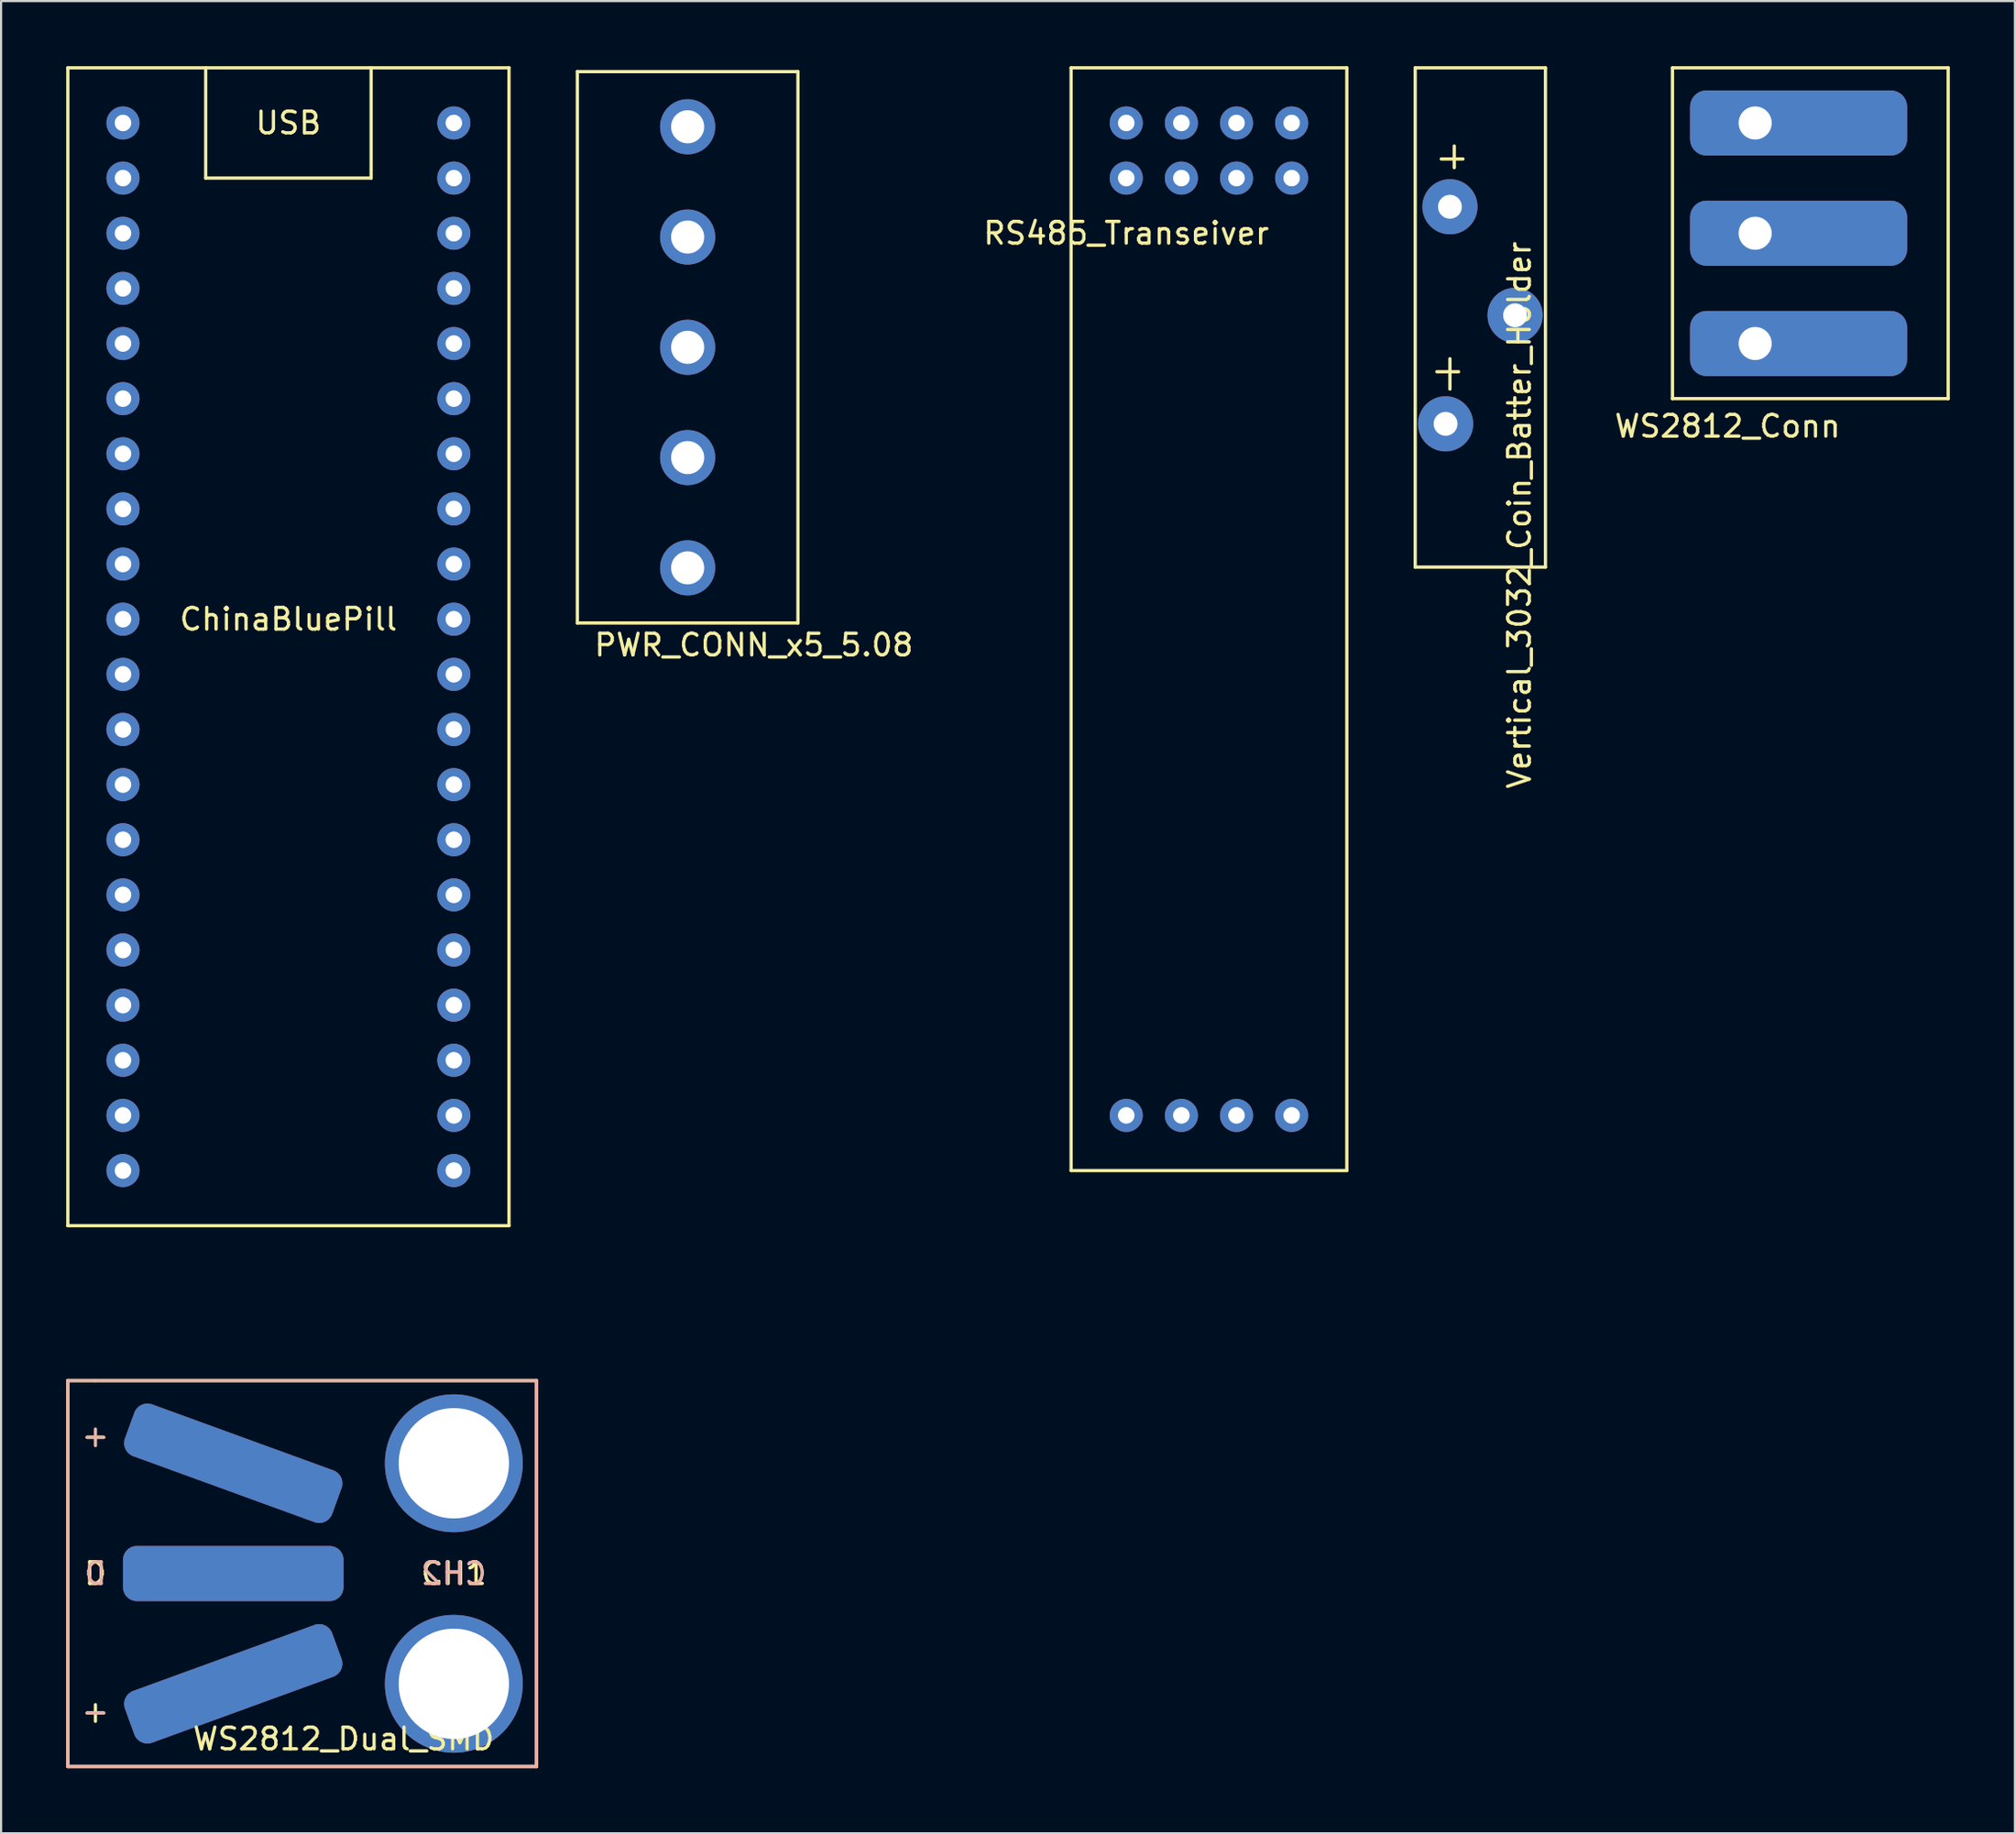
<source format=kicad_pcb>
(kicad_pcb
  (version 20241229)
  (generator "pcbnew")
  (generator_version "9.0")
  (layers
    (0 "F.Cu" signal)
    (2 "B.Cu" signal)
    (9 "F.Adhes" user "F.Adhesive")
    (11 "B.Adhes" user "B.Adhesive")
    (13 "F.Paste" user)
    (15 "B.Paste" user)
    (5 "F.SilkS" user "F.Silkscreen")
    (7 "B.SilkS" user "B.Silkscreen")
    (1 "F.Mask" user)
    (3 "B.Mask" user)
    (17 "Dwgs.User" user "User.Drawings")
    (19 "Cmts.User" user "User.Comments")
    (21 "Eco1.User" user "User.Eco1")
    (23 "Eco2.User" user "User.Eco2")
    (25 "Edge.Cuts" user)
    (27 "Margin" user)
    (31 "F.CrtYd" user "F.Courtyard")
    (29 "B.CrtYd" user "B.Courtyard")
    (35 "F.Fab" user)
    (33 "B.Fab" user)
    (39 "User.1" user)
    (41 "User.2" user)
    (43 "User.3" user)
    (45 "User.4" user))
  (footprint "RS485_Transeiver"
    (layer "F.Cu")
    (at 48.828 48.335)
    (property "Reference" "RS485_Transeiver" (at 0 -40.64 0) (layer "F.SilkS") (effects (font (size 1 1) (thickness 0.15))))
    (attr through_hole)
    (fp_line (start -2.54 -48.26) (end -2.54 2.54) (stroke (width 0.15) (type solid)) (layer "F.SilkS"))
    (fp_line (start -2.54 2.54) (end 10.16 2.54) (stroke (width 0.15) (type solid)) (layer "F.SilkS"))
    (fp_line (start 10.16 -48.26) (end -2.54 -48.26) (stroke (width 0.15) (type solid)) (layer "F.SilkS"))
    (fp_line (start 10.16 2.54) (end 10.16 -48.26) (stroke (width 0.15) (type solid)) (layer "F.SilkS"))
    (pad "1" thru_hole circle (at 0 0) (size 1.524 1.524) (drill 0.762) (layers "*.Cu" "*.Mask"))
    (pad "2" thru_hole circle (at 2.54 0) (size 1.524 1.524) (drill 0.762) (layers "*.Cu" "*.Mask"))
    (pad "3" thru_hole circle (at 5.08 0) (size 1.524 1.524) (drill 0.762) (layers "*.Cu" "*.Mask"))
    (pad "4" thru_hole circle (at 7.62 0) (size 1.524 1.524) (drill 0.762) (layers "*.Cu" "*.Mask"))
    (pad "5" thru_hole circle (at 7.62 -45.72) (size 1.524 1.524) (drill 0.762) (layers "*.Cu" "*.Mask"))
    (pad "5" thru_hole circle (at 7.62 -43.18) (size 1.524 1.524) (drill 0.762) (layers "*.Cu" "*.Mask"))
    (pad "6" thru_hole circle (at 5.08 -45.72) (size 1.524 1.524) (drill 0.762) (layers "*.Cu" "*.Mask"))
    (pad "6" thru_hole circle (at 5.08 -43.18) (size 1.524 1.524) (drill 0.762) (layers "*.Cu" "*.Mask"))
    (pad "7" thru_hole circle (at 2.54 -45.72) (size 1.524 1.524) (drill 0.762) (layers "*.Cu" "*.Mask"))
    (pad "7" thru_hole circle (at 2.54 -43.18) (size 1.524 1.524) (drill 0.762) (layers "*.Cu" "*.Mask"))
    (pad "8" thru_hole circle (at 0 -45.72) (size 1.524 1.524) (drill 0.762) (layers "*.Cu" "*.Mask"))
    (pad "8" thru_hole circle (at 0 -43.18) (size 1.524 1.524) (drill 0.762) (layers "*.Cu" "*.Mask")))
  (footprint "PWR_CONN_x5_5.08"
    (layer "F.Cu")
    (at 28.625 0.25)
    (property "Reference" "PWR_CONN_x5_5.08" (at 3.048 26.416 0) (layer "F.SilkS") (effects (font (size 1 1) (thickness 0.15))))
    (attr through_hole)
    (fp_line (start -5.08 0) (end 5.08 0) (stroke (width 0.15) (type solid)) (layer "F.SilkS"))
    (fp_line (start -5.08 25.4) (end -5.08 0) (stroke (width 0.15) (type solid)) (layer "F.SilkS"))
    (fp_line (start 5.08 0) (end 5.08 25.4) (stroke (width 0.15) (type solid)) (layer "F.SilkS"))
    (fp_line (start 5.08 25.4) (end -5.08 25.4) (stroke (width 0.15) (type solid)) (layer "F.SilkS"))
    (pad "1" thru_hole circle (at 0 2.54) (size 2.54 2.54) (drill 1.524) (layers "*.Cu" "*.Mask"))
    (pad "2" thru_hole circle (at 0 7.62) (size 2.54 2.54) (drill 1.524) (layers "*.Cu" "*.Mask"))
    (pad "3" thru_hole circle (at 0 12.7) (size 2.54 2.54) (drill 1.524) (layers "*.Cu" "*.Mask"))
    (pad "4" thru_hole circle (at 0 17.78) (size 2.54 2.54) (drill 1.524) (layers "*.Cu" "*.Mask"))
    (pad "5" thru_hole circle (at 0 22.86) (size 2.54 2.54) (drill 1.524) (layers "*.Cu" "*.Mask")))
  (footprint "WS2812_Dual_SMD"
    (layer "F.Cu")
    (at 7.695 56.74)
    (property "Reference" "WS2812_Dual_SMD" (at 5.08 20.32 0) (layer "F.SilkS") (effects (font (size 1 1) (thickness 0.15))))
    (attr through_hole)
    (fp_line (start -7.62 3.81) (end -6.35 3.81) (stroke (width 0.15) (type solid)) (layer "F.SilkS"))
    (fp_line (start -7.62 21.59) (end -7.62 3.81) (stroke (width 0.15) (type solid)) (layer "F.SilkS"))
    (fp_line (start -6.35 3.81) (end 13.97 3.81) (stroke (width 0.15) (type solid)) (layer "F.SilkS"))
    (fp_line (start 13.97 3.81) (end 13.97 21.59) (stroke (width 0.15) (type solid)) (layer "F.SilkS"))
    (fp_line (start 13.97 21.59) (end -7.62 21.59) (stroke (width 0.15) (type solid)) (layer "F.SilkS"))
    (fp_line (start -7.62 3.81) (end 13.97 3.81) (stroke (width 0.15) (type solid)) (layer "B.SilkS"))
    (fp_line (start -7.62 21.59) (end -7.62 3.81) (stroke (width 0.15) (type solid)) (layer "B.SilkS"))
    (fp_line (start 13.97 3.81) (end 13.97 21.59) (stroke (width 0.15) (type solid)) (layer "B.SilkS"))
    (fp_line (start 13.97 21.59) (end -7.62 21.59) (stroke (width 0.15) (type solid)) (layer "B.SilkS"))
    (fp_text user "CH1" (at 10.16 12.7 0) (layer "F.SilkS") (effects (font (size 1 1) (thickness 0.15))))
    (fp_text user "+" (at -6.35 19.05 0) (layer "F.SilkS") (effects (font (size 1 1) (thickness 0.15))))
    (fp_text user "-" (at -6.35 6.35 0) (layer "F.SilkS") (effects (font (size 1 1) (thickness 0.15))))
    (fp_text user "D" (at -6.35 12.7 0) (layer "F.SilkS") (effects (font (size 1 1) (thickness 0.15))))
    (fp_text user "+" (at -6.35 6.35 0) (layer "B.SilkS") (effects (font (size 1 1) (thickness 0.15)) (justify mirror)))
    (fp_text user "CH2" (at 10.16 12.7 0) (layer "B.SilkS") (effects (font (size 1 1) (thickness 0.15)) (justify mirror)))
    (fp_text user "D" (at -6.35 12.7 0) (layer "B.SilkS") (effects (font (size 1 1) (thickness 0.15)) (justify mirror)))
    (fp_text user "-" (at -6.35 19.05 0) (layer "B.SilkS") (effects (font (size 1 1) (thickness 0.15)) (justify mirror)))
    (pad "" thru_hole circle (at 10.16 7.62) (size 6.35 6.35) (drill 5.08) (layers "*.Cu" "*.Mask"))
    (pad "" thru_hole circle (at 10.16 17.78) (size 6.35 6.35) (drill 5.08) (layers "*.Cu" "*.Mask"))
    (pad "1" smd roundrect (at 0 7.62 340) (size 10.16 2.54) (layers "F.Cu" "F.Mask" "F.Paste") (roundrect_rratio 0.25))
    (pad "2" smd roundrect (at 0 12.7) (size 10.16 2.54) (layers "F.Cu" "F.Mask" "F.Paste") (roundrect_rratio 0.25))
    (pad "3" smd roundrect (at 0 17.78 20) (size 10.16 2.54) (layers "F.Cu" "F.Mask" "F.Paste") (roundrect_rratio 0.25))
    (pad "4" smd roundrect (at 0 17.78 20) (size 10.16 2.54) (layers "B.Cu" "B.Mask" "B.Paste") (roundrect_rratio 0.25))
    (pad "5" smd roundrect (at 0 12.7) (size 10.16 2.54) (layers "B.Cu" "B.Mask" "B.Paste") (roundrect_rratio 0.25))
    (pad "6" smd roundrect (at 0 7.62 340) (size 10.16 2.54) (layers "B.Cu" "B.Mask" "B.Paste") (roundrect_rratio 0.25)))
  (footprint "ChinaBluePill"
    (layer "F.Cu")
    (at 2.615 50.875)
    (property "Reference" "ChinaBluePill" (at 7.62 -25.4 0) (layer "F.SilkS") (effects (font (size 1 1) (thickness 0.15))))
    (attr through_hole)
    (fp_line (start -2.54 -50.8) (end 17.78 -50.8) (stroke (width 0.15) (type solid)) (layer "F.SilkS"))
    (fp_line (start -2.54 2.54) (end -2.54 -50.8) (stroke (width 0.15) (type solid)) (layer "F.SilkS"))
    (fp_line (start 3.81 -50.8) (end 3.81 -45.72) (stroke (width 0.15) (type solid)) (layer "F.SilkS"))
    (fp_line (start 3.81 -45.72) (end 11.43 -45.72) (stroke (width 0.15) (type solid)) (layer "F.SilkS"))
    (fp_line (start 11.43 -45.72) (end 11.43 -50.8) (stroke (width 0.15) (type solid)) (layer "F.SilkS"))
    (fp_line (start 17.78 -50.8) (end 17.78 2.54) (stroke (width 0.15) (type solid)) (layer "F.SilkS"))
    (fp_line (start 17.78 2.54) (end -2.54 2.54) (stroke (width 0.15) (type solid)) (layer "F.SilkS"))
    (fp_text user "USB" (at 7.62 -48.26 0) (layer "F.SilkS") (effects (font (size 1 1) (thickness 0.15))))
    (pad "3V3" thru_hole circle (at 0 0 90) (size 1.524 1.524) (drill 0.762) (layers "*.Cu" "*.Mask"))
    (pad "3V3" thru_hole circle (at 15.24 -43.18 90) (size 1.524 1.524) (drill 0.762) (layers "*.Cu" "*.Mask"))
    (pad "5V" thru_hole circle (at 0 -5.08 90) (size 1.524 1.524) (drill 0.762) (layers "*.Cu" "*.Mask"))
    (pad "GND" thru_hole circle (at 0 -2.54 90) (size 1.524 1.524) (drill 0.762) (layers "*.Cu" "*.Mask"))
    (pad "GND" thru_hole circle (at 15.24 -48.26 90) (size 1.524 1.524) (drill 0.762) (layers "*.Cu" "*.Mask"))
    (pad "GND" thru_hole circle (at 15.24 -45.72 90) (size 1.524 1.524) (drill 0.762) (layers "*.Cu" "*.Mask"))
    (pad "NRST" thru_hole circle (at 15.24 -40.64 90) (size 1.524 1.524) (drill 0.762) (layers "*.Cu" "*.Mask"))
    (pad "PA0" thru_hole circle (at 15.24 -10.16 90) (size 1.524 1.524) (drill 0.762) (layers "*.Cu" "*.Mask"))
    (pad "PA1" thru_hole circle (at 15.24 -12.7 90) (size 1.524 1.524) (drill 0.762) (layers "*.Cu" "*.Mask"))
    (pad "PA2" thru_hole circle (at 15.24 -15.24 90) (size 1.524 1.524) (drill 0.762) (layers "*.Cu" "*.Mask"))
    (pad "PA3" thru_hole circle (at 15.24 -17.78 90) (size 1.524 1.524) (drill 0.762) (layers "*.Cu" "*.Mask"))
    (pad "PA4" thru_hole circle (at 15.24 -20.32 90) (size 1.524 1.524) (drill 0.762) (layers "*.Cu" "*.Mask"))
    (pad "PA5" thru_hole circle (at 15.24 -22.86 90) (size 1.524 1.524) (drill 0.762) (layers "*.Cu" "*.Mask"))
    (pad "PA6" thru_hole circle (at 15.24 -25.4 90) (size 1.524 1.524) (drill 0.762) (layers "*.Cu" "*.Mask"))
    (pad "PA7" thru_hole circle (at 15.24 -27.94 90) (size 1.524 1.524) (drill 0.762) (layers "*.Cu" "*.Mask"))
    (pad "PA8" thru_hole circle (at 0 -38.1 90) (size 1.524 1.524) (drill 0.762) (layers "*.Cu" "*.Mask"))
    (pad "PA9" thru_hole circle (at 0 -35.56 90) (size 1.524 1.524) (drill 0.762) (layers "*.Cu" "*.Mask"))
    (pad "PA10" thru_hole circle (at 0 -33.02 90) (size 1.524 1.524) (drill 0.762) (layers "*.Cu" "*.Mask"))
    (pad "PA11" thru_hole circle (at 0 -30.48 90) (size 1.524 1.524) (drill 0.762) (layers "*.Cu" "*.Mask"))
    (pad "PA12" thru_hole circle (at 0 -27.94 90) (size 1.524 1.524) (drill 0.762) (layers "*.Cu" "*.Mask"))
    (pad "PA15" thru_hole circle (at 0 -25.4 90) (size 1.524 1.524) (drill 0.762) (layers "*.Cu" "*.Mask"))
    (pad "PB0" thru_hole circle (at 15.24 -30.48 90) (size 1.524 1.524) (drill 0.762) (layers "*.Cu" "*.Mask"))
    (pad "PB1" thru_hole circle (at 15.24 -33.02 90) (size 1.524 1.524) (drill 0.762) (layers "*.Cu" "*.Mask"))
    (pad "PB3" thru_hole circle (at 0 -22.86 90) (size 1.524 1.524) (drill 0.762) (layers "*.Cu" "*.Mask"))
    (pad "PB4" thru_hole circle (at 0 -20.32 90) (size 1.524 1.524) (drill 0.762) (layers "*.Cu" "*.Mask"))
    (pad "PB5" thru_hole circle (at 0 -17.78 90) (size 1.524 1.524) (drill 0.762) (layers "*.Cu" "*.Mask"))
    (pad "PB6" thru_hole circle (at 0 -15.24 90) (size 1.524 1.524) (drill 0.762) (layers "*.Cu" "*.Mask"))
    (pad "PB7" thru_hole circle (at 0 -12.7 90) (size 1.524 1.524) (drill 0.762) (layers "*.Cu" "*.Mask"))
    (pad "PB8" thru_hole circle (at 0 -10.16 90) (size 1.524 1.524) (drill 0.762) (layers "*.Cu" "*.Mask"))
    (pad "PB9" thru_hole circle (at 0 -7.62 90) (size 1.524 1.524) (drill 0.762) (layers "*.Cu" "*.Mask"))
    (pad "PB10" thru_hole circle (at 15.24 -35.56 90) (size 1.524 1.524) (drill 0.762) (layers "*.Cu" "*.Mask"))
    (pad "PB11" thru_hole circle (at 15.24 -38.1 90) (size 1.524 1.524) (drill 0.762) (layers "*.Cu" "*.Mask"))
    (pad "PB12" thru_hole circle (at 0 -48.26 90) (size 1.524 1.524) (drill 0.762) (layers "*.Cu" "*.Mask"))
    (pad "PB13" thru_hole circle (at 0 -45.72 90) (size 1.524 1.524) (drill 0.762) (layers "*.Cu" "*.Mask"))
    (pad "PB14" thru_hole circle (at 0 -43.18 90) (size 1.524 1.524) (drill 0.762) (layers "*.Cu" "*.Mask"))
    (pad "PB15" thru_hole circle (at 0 -40.64 90) (size 1.524 1.524) (drill 0.762) (layers "*.Cu" "*.Mask"))
    (pad "PC13" thru_hole circle (at 15.24 -2.54 90) (size 1.524 1.524) (drill 0.762) (layers "*.Cu" "*.Mask"))
    (pad "PC14" thru_hole circle (at 15.24 -5.08 90) (size 1.524 1.524) (drill 0.762) (layers "*.Cu" "*.Mask"))
    (pad "PC15" thru_hole circle (at 15.24 -7.62 90) (size 1.524 1.524) (drill 0.762) (layers "*.Cu" "*.Mask"))
    (pad "VBAT" thru_hole circle (at 15.24 0 90) (size 1.524 1.524) (drill 0.762) (layers "*.Cu" "*.Mask")))
  (footprint "Vertical_3032_Coin_Batter_Holder"
    (layer "F.Cu")
    (at 63.538 16.475)
    (property "Reference" "Vertical_3032_Coin_Batter_Holder" (at 3.4 4.2 90) (layer "F.SilkS") (effects (font (size 1 1) (thickness 0.15))))
    (attr through_hole)
    (fp_line (start -1.4 -16.4) (end -1.4 6.6) (stroke (width 0.15) (type solid)) (layer "F.SilkS"))
    (fp_line (start -1.4 6.6) (end 4.6 6.6) (stroke (width 0.15) (type solid)) (layer "F.SilkS"))
    (fp_line (start -0.4 -2.4) (end 0.6 -2.4) (stroke (width 0.15) (type solid)) (layer "F.SilkS"))
    (fp_line (start -0.2 -12.2) (end 0.8 -12.2) (stroke (width 0.15) (type solid)) (layer "F.SilkS"))
    (fp_line (start 0.2 -1.6) (end 0.2 -3) (stroke (width 0.15) (type solid)) (layer "F.SilkS"))
    (fp_line (start 0.4 -12.8) (end 0.4 -11.8) (stroke (width 0.15) (type solid)) (layer "F.SilkS"))
    (fp_line (start 4.6 -16.4) (end -1.4 -16.4) (stroke (width 0.15) (type solid)) (layer "F.SilkS"))
    (fp_line (start 4.6 6.6) (end 4.6 -16.4) (stroke (width 0.15) (type solid)) (layer "F.SilkS"))
    (pad "1" thru_hole circle (at 0 0) (size 2.54 2.54) (drill 1.1) (layers "*.Cu" "*.Mask"))
    (pad "1" thru_hole circle (at 0.2 -10) (size 2.54 2.54) (drill 1.1) (layers "*.Cu" "*.Mask"))
    (pad "2" thru_hole circle (at 3.2 -5) (size 2.54 2.54) (drill 1.1) (layers "*.Cu" "*.Mask")))
  (footprint "WS2812_Conn"
    (layer "F.Cu")
    (at 77.798 12.775)
    (property "Reference" "WS2812_Conn" (at -1.27 3.81 0) (layer "F.SilkS") (effects (font (size 1 1) (thickness 0.15))))
    (attr through_hole)
    (fp_line (start -3.81 -12.7) (end 8.89 -12.7) (stroke (width 0.15) (type solid)) (layer "F.SilkS"))
    (fp_line (start -3.81 2.54) (end -3.81 -12.7) (stroke (width 0.15) (type solid)) (layer "F.SilkS"))
    (fp_line (start 8.89 -12.7) (end 8.89 2.54) (stroke (width 0.15) (type solid)) (layer "F.SilkS"))
    (fp_line (start 8.89 2.54) (end -3.81 2.54) (stroke (width 0.15) (type solid)) (layer "F.SilkS"))
    (pad "1" thru_hole roundrect (at 0 0) (size 10 3) (drill 1.524 (offset 2 0)) (layers "*.Cu" "*.Mask") (roundrect_rratio 0.25))
    (pad "2" thru_hole roundrect (at 0 -5.08) (size 10 3) (drill 1.524 (offset 2 0)) (layers "*.Cu" "*.Mask") (roundrect_rratio 0.25))
    (pad "3" thru_hole roundrect (at 0 -10.16) (size 10 3) (drill 1.524 (offset 2 0)) (layers "*.Cu" "*.Mask") (roundrect_rratio 0.25)))
  (gr_rect
    (start -3 -3)
    (end 89.763 81.405)
    (stroke (width 0.1) (type default))
    (fill no)
    (layer "Edge.Cuts")))
</source>
